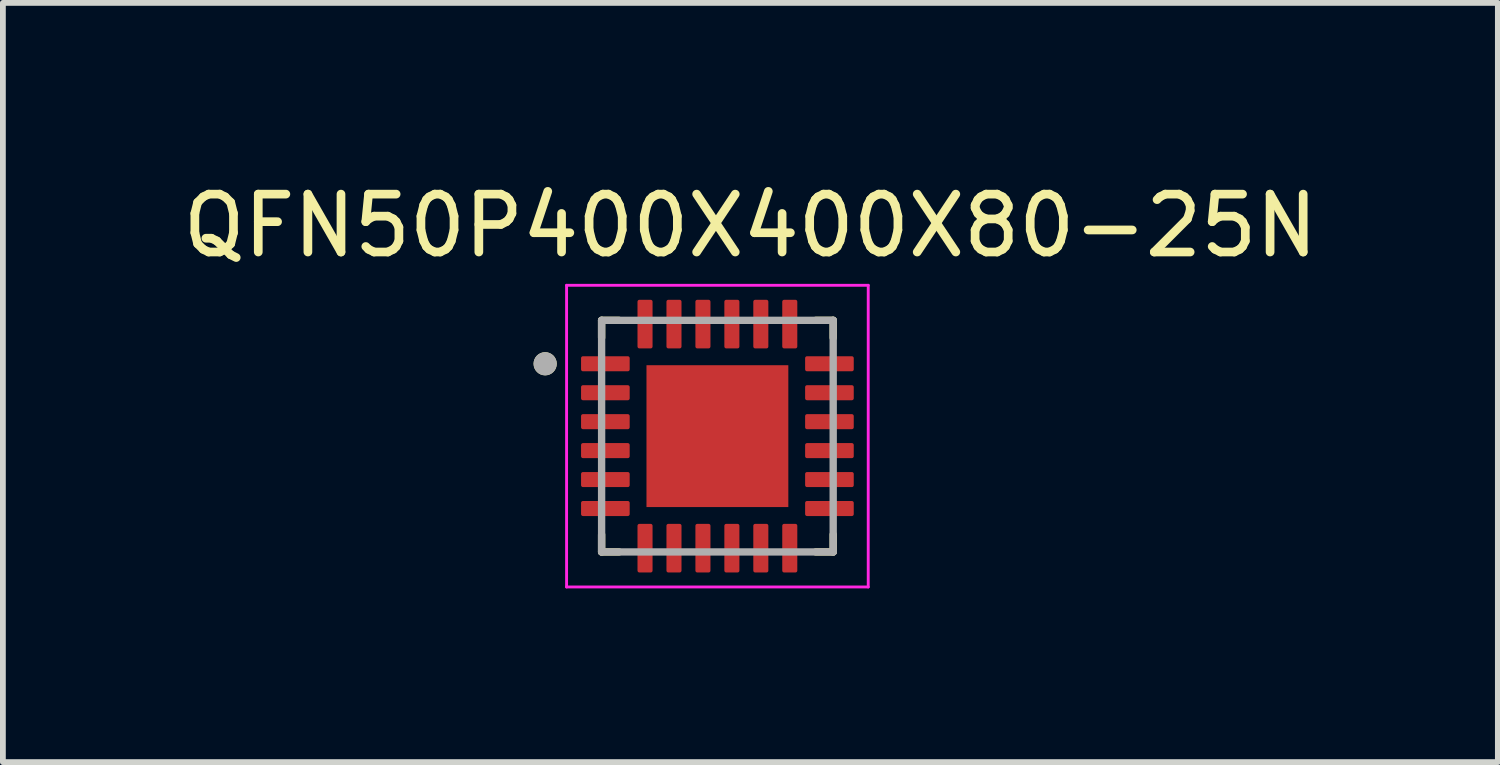
<source format=kicad_pcb>
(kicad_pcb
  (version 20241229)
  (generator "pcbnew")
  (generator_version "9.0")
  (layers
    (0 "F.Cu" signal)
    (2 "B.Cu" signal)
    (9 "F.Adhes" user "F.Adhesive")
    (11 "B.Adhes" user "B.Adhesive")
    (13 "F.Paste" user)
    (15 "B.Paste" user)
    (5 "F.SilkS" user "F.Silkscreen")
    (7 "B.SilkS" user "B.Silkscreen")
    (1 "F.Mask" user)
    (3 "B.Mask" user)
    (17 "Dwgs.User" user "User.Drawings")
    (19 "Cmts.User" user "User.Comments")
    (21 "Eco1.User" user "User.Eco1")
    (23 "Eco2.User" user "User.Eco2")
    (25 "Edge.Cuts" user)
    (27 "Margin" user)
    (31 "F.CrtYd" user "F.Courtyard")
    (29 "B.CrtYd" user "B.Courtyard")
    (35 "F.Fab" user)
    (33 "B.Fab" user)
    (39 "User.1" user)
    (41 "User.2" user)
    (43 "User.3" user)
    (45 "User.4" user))
  (footprint "QFN50P400X400X80-25N"
    (layer "F.Cu")
    (at 9.341 4.483)
    (property "Reference" "QFN50P400X400X80-25N" (at 0.57 -3.635 0) (layer "F.SilkS") (effects (font (size 1 1) (thickness 0.15))))
    (attr smd)
    (fp_line (start -2 -2) (end -2 -1.7) (stroke (width 0.127) (type solid)) (layer "F.SilkS"))
    (fp_line (start -2 -2) (end -1.7 -2) (stroke (width 0.127) (type solid)) (layer "F.SilkS"))
    (fp_line (start -2 2) (end -2 1.7) (stroke (width 0.127) (type solid)) (layer "F.SilkS"))
    (fp_line (start -2 2) (end -1.7 2) (stroke (width 0.127) (type solid)) (layer "F.SilkS"))
    (fp_line (start 2 -2) (end 1.7 -2) (stroke (width 0.127) (type solid)) (layer "F.SilkS"))
    (fp_line (start 2 -2) (end 2 -1.7) (stroke (width 0.127) (type solid)) (layer "F.SilkS"))
    (fp_line (start 2 2) (end 1.7 2) (stroke (width 0.127) (type solid)) (layer "F.SilkS"))
    (fp_line (start 2 2) (end 2 1.7) (stroke (width 0.127) (type solid)) (layer "F.SilkS"))
    (fp_circle (center -2.975 -1.25) (end -2.875 -1.25) (stroke (width 0.2) (type solid)) (fill no) (layer "F.SilkS"))
    (fp_poly (pts (xy -0.77 -0.77) (xy 0.77 -0.77) (xy 0.77 0.77) (xy -0.77 0.77)) (stroke (width 0.01) (type solid)) (fill yes) (layer "F.Paste"))
    (fp_line (start -2.605 -2.605) (end 2.605 -2.605) (stroke (width 0.05) (type solid)) (layer "F.CrtYd"))
    (fp_line (start -2.605 2.605) (end -2.605 -2.605) (stroke (width 0.05) (type solid)) (layer "F.CrtYd"))
    (fp_line (start -2.605 2.605) (end 2.605 2.605) (stroke (width 0.05) (type solid)) (layer "F.CrtYd"))
    (fp_line (start 2.605 2.605) (end 2.605 -2.605) (stroke (width 0.05) (type solid)) (layer "F.CrtYd"))
    (fp_line (start -2 2) (end -2 -2) (stroke (width 0.127) (type solid)) (layer "F.Fab"))
    (fp_line (start 2 -2) (end -2 -2) (stroke (width 0.127) (type solid)) (layer "F.Fab"))
    (fp_line (start 2 2) (end -2 2) (stroke (width 0.127) (type solid)) (layer "F.Fab"))
    (fp_line (start 2 2) (end 2 -2) (stroke (width 0.127) (type solid)) (layer "F.Fab"))
    (fp_circle (center -2.975 -1.25) (end -2.875 -1.25) (stroke (width 0.2) (type solid)) (fill no) (layer "F.Fab"))
    (pad "1" smd roundrect (at -1.935 -1.25) (size 0.84 0.26) (layers "F.Cu" "F.Mask" "F.Paste") (roundrect_rratio 0.125))
    (pad "2" smd roundrect (at -1.935 -0.75) (size 0.84 0.26) (layers "F.Cu" "F.Mask" "F.Paste") (roundrect_rratio 0.125))
    (pad "3" smd roundrect (at -1.935 -0.25) (size 0.84 0.26) (layers "F.Cu" "F.Mask" "F.Paste") (roundrect_rratio 0.125))
    (pad "4" smd roundrect (at -1.935 0.25) (size 0.84 0.26) (layers "F.Cu" "F.Mask" "F.Paste") (roundrect_rratio 0.125))
    (pad "5" smd roundrect (at -1.935 0.75) (size 0.84 0.26) (layers "F.Cu" "F.Mask" "F.Paste") (roundrect_rratio 0.125))
    (pad "6" smd roundrect (at -1.935 1.25) (size 0.84 0.26) (layers "F.Cu" "F.Mask" "F.Paste") (roundrect_rratio 0.125))
    (pad "7" smd roundrect (at -1.25 1.935) (size 0.26 0.84) (layers "F.Cu" "F.Mask" "F.Paste") (roundrect_rratio 0.125))
    (pad "8" smd roundrect (at -0.75 1.935) (size 0.26 0.84) (layers "F.Cu" "F.Mask" "F.Paste") (roundrect_rratio 0.125))
    (pad "9" smd roundrect (at -0.25 1.935) (size 0.26 0.84) (layers "F.Cu" "F.Mask" "F.Paste") (roundrect_rratio 0.125))
    (pad "10" smd roundrect (at 0.25 1.935) (size 0.26 0.84) (layers "F.Cu" "F.Mask" "F.Paste") (roundrect_rratio 0.125))
    (pad "11" smd roundrect (at 0.75 1.935) (size 0.26 0.84) (layers "F.Cu" "F.Mask" "F.Paste") (roundrect_rratio 0.125))
    (pad "12" smd roundrect (at 1.25 1.935) (size 0.26 0.84) (layers "F.Cu" "F.Mask" "F.Paste") (roundrect_rratio 0.125))
    (pad "13" smd roundrect (at 1.935 1.25) (size 0.84 0.26) (layers "F.Cu" "F.Mask" "F.Paste") (roundrect_rratio 0.125))
    (pad "14" smd roundrect (at 1.935 0.75) (size 0.84 0.26) (layers "F.Cu" "F.Mask" "F.Paste") (roundrect_rratio 0.125))
    (pad "15" smd roundrect (at 1.935 0.25) (size 0.84 0.26) (layers "F.Cu" "F.Mask" "F.Paste") (roundrect_rratio 0.125))
    (pad "16" smd roundrect (at 1.935 -0.25) (size 0.84 0.26) (layers "F.Cu" "F.Mask" "F.Paste") (roundrect_rratio 0.125))
    (pad "17" smd roundrect (at 1.935 -0.75) (size 0.84 0.26) (layers "F.Cu" "F.Mask" "F.Paste") (roundrect_rratio 0.125))
    (pad "18" smd roundrect (at 1.935 -1.25) (size 0.84 0.26) (layers "F.Cu" "F.Mask" "F.Paste") (roundrect_rratio 0.125))
    (pad "19" smd roundrect (at 1.25 -1.935) (size 0.26 0.84) (layers "F.Cu" "F.Mask" "F.Paste") (roundrect_rratio 0.125))
    (pad "20" smd roundrect (at 0.75 -1.935) (size 0.26 0.84) (layers "F.Cu" "F.Mask" "F.Paste") (roundrect_rratio 0.125))
    (pad "21" smd roundrect (at 0.25 -1.935) (size 0.26 0.84) (layers "F.Cu" "F.Mask" "F.Paste") (roundrect_rratio 0.125))
    (pad "22" smd roundrect (at -0.25 -1.935) (size 0.26 0.84) (layers "F.Cu" "F.Mask" "F.Paste") (roundrect_rratio 0.125))
    (pad "23" smd roundrect (at -0.75 -1.935) (size 0.26 0.84) (layers "F.Cu" "F.Mask" "F.Paste") (roundrect_rratio 0.125))
    (pad "24" smd roundrect (at -1.25 -1.935) (size 0.26 0.84) (layers "F.Cu" "F.Mask" "F.Paste") (roundrect_rratio 0.125))
    (pad "25" smd rect (at 0 0) (size 2.45 2.45) (layers "F.Cu" "F.Mask")))
  (gr_rect
    (start -3 -3)
    (end 22.821 10.113)
    (stroke (width 0.1) (type default))
    (fill no)
    (layer "Edge.Cuts")))
</source>
